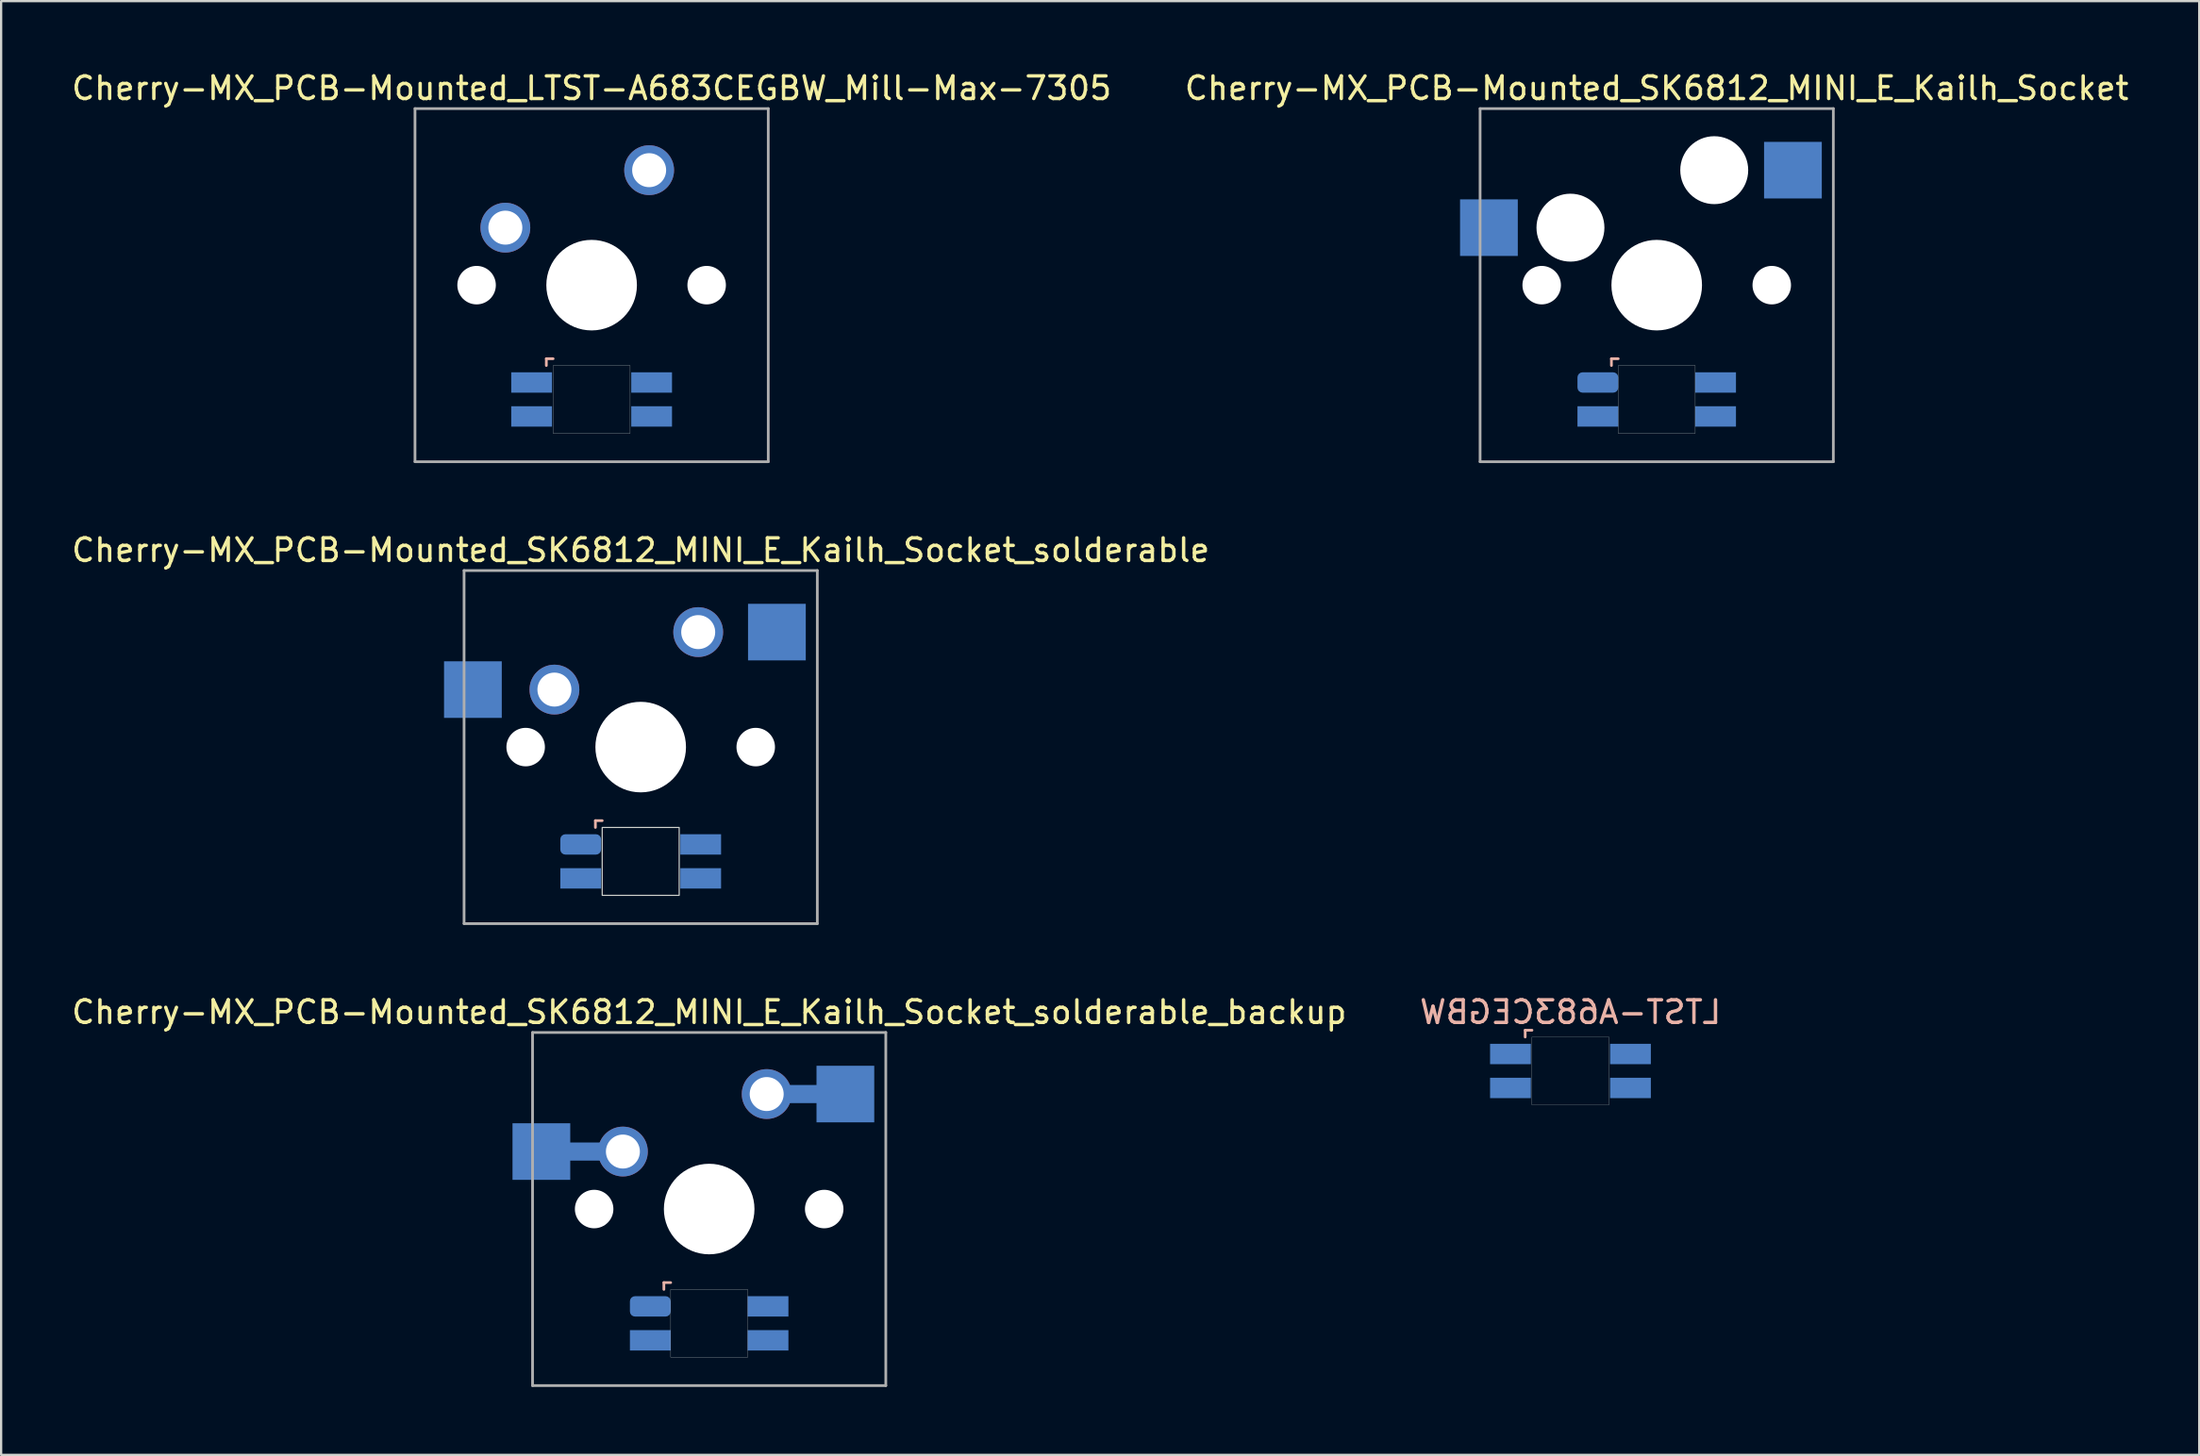
<source format=kicad_pcb>
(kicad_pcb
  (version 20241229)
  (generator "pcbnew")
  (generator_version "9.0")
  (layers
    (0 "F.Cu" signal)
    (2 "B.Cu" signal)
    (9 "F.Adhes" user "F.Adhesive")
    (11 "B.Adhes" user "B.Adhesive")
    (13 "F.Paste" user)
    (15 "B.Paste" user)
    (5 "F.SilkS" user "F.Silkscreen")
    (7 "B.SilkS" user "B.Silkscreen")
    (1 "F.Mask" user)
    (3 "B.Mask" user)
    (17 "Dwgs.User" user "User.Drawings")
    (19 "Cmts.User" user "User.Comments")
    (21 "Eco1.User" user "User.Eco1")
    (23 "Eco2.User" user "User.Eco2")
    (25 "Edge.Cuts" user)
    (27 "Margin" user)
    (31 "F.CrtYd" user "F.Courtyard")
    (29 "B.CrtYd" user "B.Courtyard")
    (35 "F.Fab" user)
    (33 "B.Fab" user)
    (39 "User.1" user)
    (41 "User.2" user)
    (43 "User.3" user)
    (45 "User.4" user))
  (footprint "Cherry-MX_PCB-Mounted_SK6812_MINI_E_Kailh_Socket_solderable"
    (layer "F.Cu")
    (at 25.244 29.956)
    (property "Reference" "Cherry-MX_PCB-Mounted_SK6812_MINI_E_Kailh_Socket_solderable" (at 0 -8.7 0) (layer "F.SilkS") (effects (font (size 1 1) (thickness 0.15))))
    (attr through_hole)
    (fp_line (start -2 3.25) (end -2 3.55) (stroke (width 0.12) (type solid)) (layer "B.SilkS"))
    (fp_line (start -1.7 3.25) (end -2 3.25) (stroke (width 0.12) (type solid)) (layer "B.SilkS"))
    (fp_poly (pts (xy 1.7 6.55) (xy -1.7 6.55) (xy -1.7 3.55) (xy 1.7 3.55)) (stroke (width 0.05) (type solid)) (fill no) (layer "Edge.Cuts"))
    (fp_line (start -7.8 -7.8) (end 7.8 -7.8) (stroke (width 0.12) (type solid)) (layer "F.Fab"))
    (fp_line (start -7.8 7.8) (end -7.8 -7.8) (stroke (width 0.12) (type solid)) (layer "F.Fab"))
    (fp_line (start 7.8 7.8) (end -7.8 7.8) (stroke (width 0.12) (type solid)) (layer "F.Fab"))
    (fp_line (start 7.8 7.8) (end 7.8 -7.8) (stroke (width 0.12) (type solid)) (layer "F.Fab"))
    (pad "" np_thru_hole circle (at -5.08 0) (size 1.7 1.7) (drill 1.7) (layers "*.Cu" "*.Mask"))
    (pad "" np_thru_hole circle (at 0 0) (size 4 4) (drill 4) (layers "*.Cu" "*.Mask"))
    (pad "" np_thru_hole circle (at 5.08 0) (size 1.7 1.7) (drill 1.7) (layers "*.Cu" "*.Mask"))
    (pad "1" smd roundrect (at -2.65 4.3) (size 1.8 0.9) (layers "B.Cu" "B.Mask" "B.Paste") (roundrect_rratio 0.25))
    (pad "2" smd rect (at -2.65 5.8) (size 1.8 0.9) (layers "B.Cu" "B.Mask" "B.Paste"))
    (pad "3" smd rect (at 2.65 4.3) (size 1.8 0.9) (layers "B.Cu" "B.Mask" "B.Paste"))
    (pad "4" smd rect (at 2.65 5.8) (size 1.8 0.9) (layers "B.Cu" "B.Mask" "B.Paste"))
    (pad "5" smd rect (at -7.41 -2.54) (size 2.55 2.5) (layers "B.Cu" "B.Mask" "B.Paste"))
    (pad "5" thru_hole circle (at -3.81 -2.54) (size 2.2 2.2) (drill 1.5) (layers "*.Cu" "*.Mask"))
    (pad "6" thru_hole circle (at 2.54 -5.08) (size 2.2 2.2) (drill 1.5) (layers "*.Cu" "*.Mask"))
    (pad "6" smd rect (at 6.015 -5.08) (size 2.55 2.5) (layers "B.Cu" "B.Mask" "B.Paste")))
  (footprint "Cherry-MX_PCB-Mounted_LTST-A683CEGBW_Mill-Max-7305"
    (layer "F.Cu")
    (at 23.077 9.548)
    (property "Reference" "Cherry-MX_PCB-Mounted_LTST-A683CEGBW_Mill-Max-7305" (at 0 -8.7 0) (layer "F.SilkS") (effects (font (size 1 1) (thickness 0.15))))
    (attr through_hole)
    (fp_line (start -2 3.25) (end -2 3.55) (stroke (width 0.12) (type solid)) (layer "B.SilkS"))
    (fp_line (start -1.7 3.25) (end -2 3.25) (stroke (width 0.12) (type solid)) (layer "B.SilkS"))
    (fp_poly (pts (xy 1.7 6.55) (xy -1.7 6.55) (xy -1.7 3.55) (xy 1.7 3.55)) (stroke (width 0.01) (type solid)) (fill no) (layer "Edge.Cuts"))
    (fp_line (start -7.8 -7.8) (end 7.8 -7.8) (stroke (width 0.12) (type solid)) (layer "F.Fab"))
    (fp_line (start -7.8 7.8) (end -7.8 -7.8) (stroke (width 0.12) (type solid)) (layer "F.Fab"))
    (fp_line (start 7.8 7.8) (end -7.8 7.8) (stroke (width 0.12) (type solid)) (layer "F.Fab"))
    (fp_line (start 7.8 7.8) (end 7.8 -7.8) (stroke (width 0.12) (type solid)) (layer "F.Fab"))
    (pad "" np_thru_hole circle (at -5.08 0) (size 1.7 1.7) (drill 1.7) (layers "*.Cu" "*.Mask"))
    (pad "" np_thru_hole circle (at 0 0) (size 4 4) (drill 4) (layers "*.Cu" "*.Mask"))
    (pad "" np_thru_hole circle (at 5.08 0) (size 1.7 1.7) (drill 1.7) (layers "*.Cu" "*.Mask"))
    (pad "1" smd rect (at -2.65 4.3) (size 1.8 0.9) (layers "B.Cu" "B.Mask" "B.Paste"))
    (pad "2" smd rect (at -2.65 5.8) (size 1.8 0.9) (layers "B.Cu" "B.Mask" "B.Paste"))
    (pad "3" smd rect (at 2.65 4.3) (size 1.8 0.9) (layers "B.Cu" "B.Mask" "B.Paste"))
    (pad "4" smd rect (at 2.65 5.8) (size 1.8 0.9) (layers "B.Cu" "B.Mask" "B.Paste"))
    (pad "5" thru_hole circle (at -3.81 -2.54) (size 2.2 2.2) (drill 1.5) (layers "*.Cu" "*.Mask"))
    (pad "6" thru_hole circle (at 2.54 -5.08) (size 2.2 2.2) (drill 1.5) (layers "*.Cu" "*.Mask")))
  (footprint "Cherry-MX_PCB-Mounted_SK6812_MINI_E_Kailh_Socket_solderable_backup"
    (layer "F.Cu")
    (at 28.268 50.365)
    (property "Reference" "Cherry-MX_PCB-Mounted_SK6812_MINI_E_Kailh_Socket_solderable_backup" (at 0 -8.7 0) (layer "F.SilkS") (effects (font (size 1 1) (thickness 0.15))))
    (attr through_hole)
    (fp_line (start -2 3.25) (end -2 3.55) (stroke (width 0.12) (type solid)) (layer "B.SilkS"))
    (fp_line (start -1.7 3.25) (end -2 3.25) (stroke (width 0.12) (type solid)) (layer "B.SilkS"))
    (fp_poly (pts (xy 1.7 6.55) (xy -1.7 6.55) (xy -1.7 3.55) (xy 1.7 3.55)) (stroke (width 0.01) (type solid)) (fill no) (layer "Edge.Cuts"))
    (fp_line (start -7.8 -7.8) (end 7.8 -7.8) (stroke (width 0.12) (type solid)) (layer "F.Fab"))
    (fp_line (start -7.8 7.8) (end -7.8 -7.8) (stroke (width 0.12) (type solid)) (layer "F.Fab"))
    (fp_line (start 7.8 7.8) (end -7.8 7.8) (stroke (width 0.12) (type solid)) (layer "F.Fab"))
    (fp_line (start 7.8 7.8) (end 7.8 -7.8) (stroke (width 0.12) (type solid)) (layer "F.Fab"))
    (pad "" smd rect (at -5.08 -2.54) (size 2.2 0.8) (layers "B.Cu" "B.Mask" "B.Paste"))
    (pad "" np_thru_hole circle (at -5.08 0) (size 1.7 1.7) (drill 1.7) (layers "*.Cu" "*.Mask"))
    (pad "" thru_hole circle (at -3.81 -2.54) (size 2.2 2.2) (drill 1.5) (layers "*.Cu" "*.Mask"))
    (pad "" np_thru_hole circle (at 0 0) (size 4 4) (drill 4) (layers "*.Cu" "*.Mask"))
    (pad "" thru_hole circle (at 2.54 -5.08) (size 2.2 2.2) (drill 1.5) (layers "*.Cu" "*.Mask"))
    (pad "" smd rect (at 3.81 -5.08) (size 2.2 0.8) (layers "B.Cu" "B.Mask" "B.Paste"))
    (pad "" np_thru_hole circle (at 5.08 0) (size 1.7 1.7) (drill 1.7) (layers "*.Cu" "*.Mask"))
    (pad "1" smd roundrect (at -2.6 4.3) (size 1.8 0.9) (layers "B.Cu" "B.Mask" "B.Paste") (roundrect_rratio 0.25))
    (pad "2" smd rect (at -2.6 5.8) (size 1.8 0.9) (layers "B.Cu" "B.Mask" "B.Paste"))
    (pad "3" smd rect (at 2.6 4.3) (size 1.8 0.9) (layers "B.Cu" "B.Mask" "B.Paste"))
    (pad "4" smd rect (at 2.6 5.8) (size 1.8 0.9) (layers "B.Cu" "B.Mask" "B.Paste"))
    (pad "5" smd rect (at -7.41 -2.54) (size 2.55 2.5) (layers "B.Cu" "B.Mask" "B.Paste"))
    (pad "6" smd rect (at 6.015 -5.08) (size 2.55 2.5) (layers "B.Cu" "B.Mask" "B.Paste")))
  (footprint "LTST-A683CEGBW"
    (layer "F.Cu")
    (at 66.304 44.265)
    (property "Reference" "LTST-A683CEGBW" (at 0 -2.6 0) (layer "B.SilkS") (effects (font (size 1 1) (thickness 0.15)) (justify mirror)))
    (attr through_hole)
    (fp_line (start -2 -1.8) (end -2 -1.5) (stroke (width 0.12) (type solid)) (layer "B.SilkS"))
    (fp_line (start -1.7 -1.8) (end -2 -1.8) (stroke (width 0.12) (type solid)) (layer "B.SilkS"))
    (fp_poly (pts (xy 1.7 1.5) (xy -1.7 1.5) (xy -1.7 -1.5) (xy 1.7 -1.5)) (stroke (width 0.01) (type solid)) (fill no) (layer "Edge.Cuts"))
    (pad "1" smd rect (at -2.65 -0.75) (size 1.8 0.9) (layers "B.Cu" "B.Mask" "B.Paste"))
    (pad "2" smd rect (at -2.65 0.75) (size 1.8 0.9) (layers "B.Cu" "B.Mask" "B.Paste"))
    (pad "3" smd rect (at 2.65 -0.75) (size 1.8 0.9) (layers "B.Cu" "B.Mask" "B.Paste"))
    (pad "4" smd rect (at 2.65 0.75) (size 1.8 0.9) (layers "B.Cu" "B.Mask" "B.Paste")))
  (footprint "Cherry-MX_PCB-Mounted_SK6812_MINI_E_Kailh_Socket"
    (layer "F.Cu")
    (at 70.113 9.548)
    (property "Reference" "Cherry-MX_PCB-Mounted_SK6812_MINI_E_Kailh_Socket" (at 0 -8.7 0) (layer "F.SilkS") (effects (font (size 1 1) (thickness 0.15))))
    (attr through_hole)
    (fp_line (start -2 3.25) (end -2 3.55) (stroke (width 0.12) (type solid)) (layer "B.SilkS"))
    (fp_line (start -1.7 3.25) (end -2 3.25) (stroke (width 0.12) (type solid)) (layer "B.SilkS"))
    (fp_poly (pts (xy 1.7 6.55) (xy -1.7 6.55) (xy -1.7 3.55) (xy 1.7 3.55)) (stroke (width 0.01) (type solid)) (fill no) (layer "Edge.Cuts"))
    (fp_line (start -7.8 -7.8) (end 7.8 -7.8) (stroke (width 0.12) (type solid)) (layer "F.Fab"))
    (fp_line (start -7.8 7.8) (end -7.8 -7.8) (stroke (width 0.12) (type solid)) (layer "F.Fab"))
    (fp_line (start 7.8 7.8) (end -7.8 7.8) (stroke (width 0.12) (type solid)) (layer "F.Fab"))
    (fp_line (start 7.8 7.8) (end 7.8 -7.8) (stroke (width 0.12) (type solid)) (layer "F.Fab"))
    (pad "" np_thru_hole circle (at -5.08 0) (size 1.7 1.7) (drill 1.7) (layers "*.Cu" "*.Mask"))
    (pad "" np_thru_hole circle (at -3.81 -2.54) (size 3 3) (drill 3) (layers "*.Cu" "*.Mask"))
    (pad "" np_thru_hole circle (at 0 0) (size 4 4) (drill 4) (layers "*.Cu" "*.Mask"))
    (pad "" np_thru_hole circle (at 2.54 -5.08) (size 3 3) (drill 3) (layers "*.Cu" "*.Mask"))
    (pad "" np_thru_hole circle (at 5.08 0) (size 1.7 1.7) (drill 1.7) (layers "*.Cu" "*.Mask"))
    (pad "1" smd roundrect (at -2.6 4.3) (size 1.8 0.9) (layers "B.Cu" "B.Mask" "B.Paste") (roundrect_rratio 0.25))
    (pad "2" smd rect (at -2.6 5.8) (size 1.8 0.9) (layers "B.Cu" "B.Mask" "B.Paste"))
    (pad "3" smd rect (at 2.6 4.3) (size 1.8 0.9) (layers "B.Cu" "B.Mask" "B.Paste"))
    (pad "4" smd rect (at 2.6 5.8) (size 1.8 0.9) (layers "B.Cu" "B.Mask" "B.Paste"))
    (pad "5" smd rect (at -7.41 -2.54) (size 2.55 2.5) (layers "B.Cu" "B.Mask" "B.Paste"))
    (pad "6" smd rect (at 6.015 -5.08) (size 2.55 2.5) (layers "B.Cu" "B.Mask" "B.Paste")))
  (gr_rect
    (start -3 -3)
    (end 94.071 61.225)
    (stroke (width 0.1) (type default))
    (fill no)
    (layer "Edge.Cuts")))
</source>
